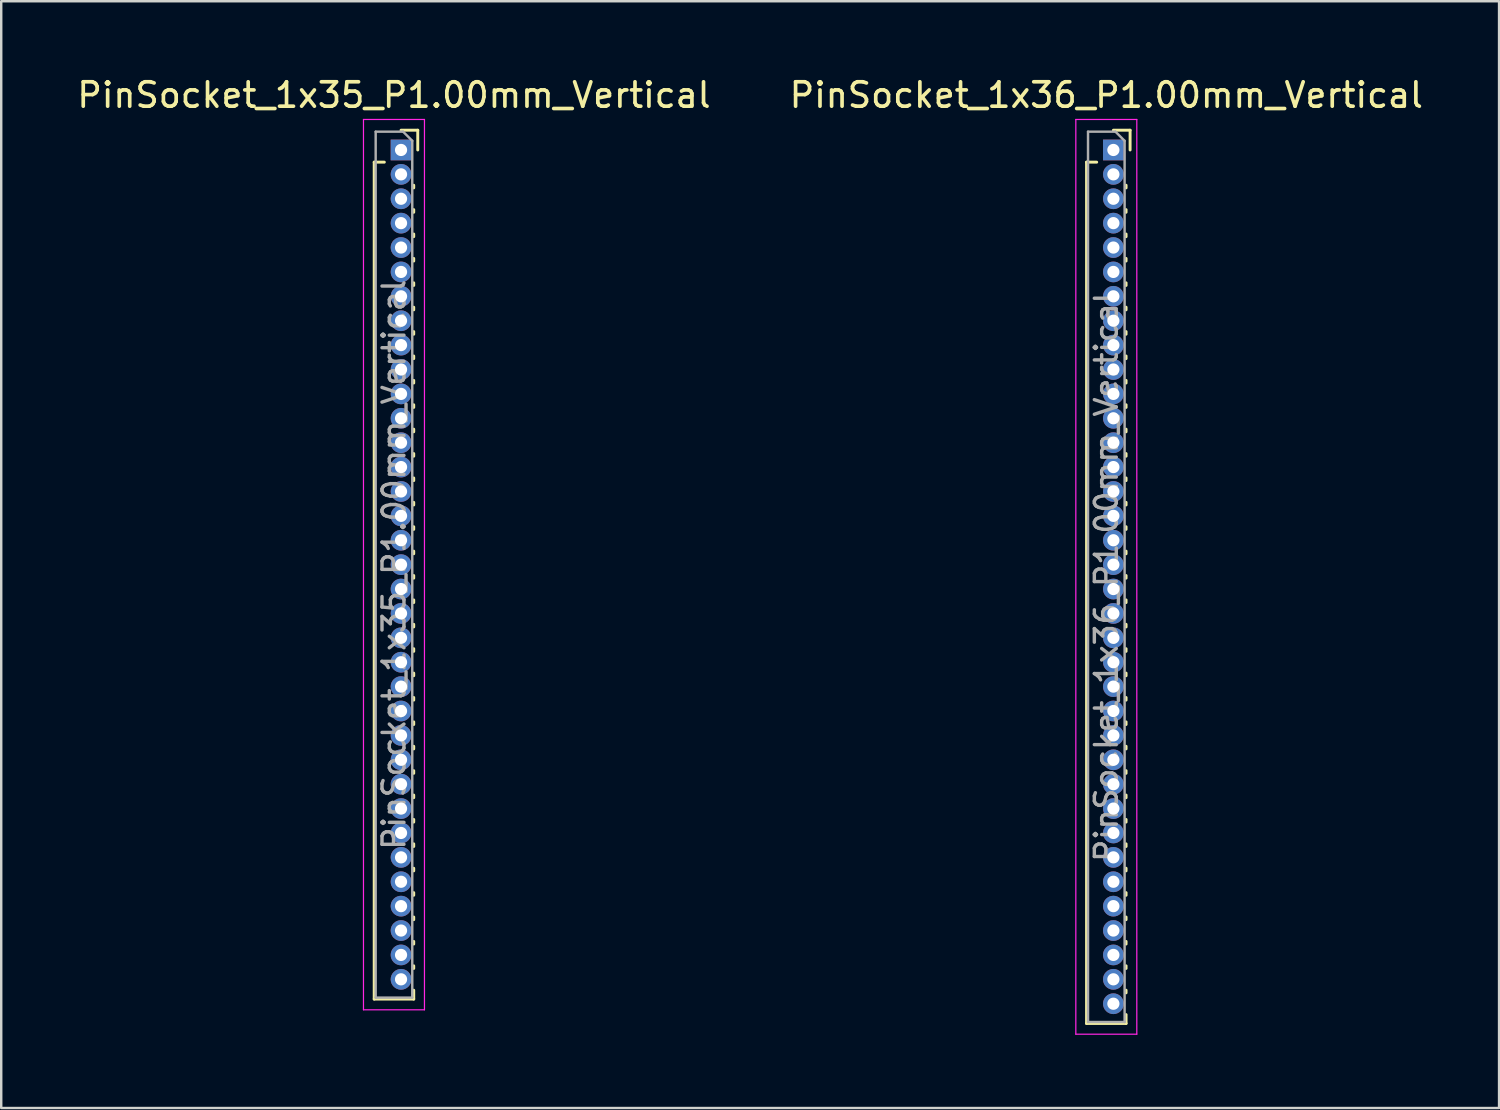
<source format=kicad_pcb>
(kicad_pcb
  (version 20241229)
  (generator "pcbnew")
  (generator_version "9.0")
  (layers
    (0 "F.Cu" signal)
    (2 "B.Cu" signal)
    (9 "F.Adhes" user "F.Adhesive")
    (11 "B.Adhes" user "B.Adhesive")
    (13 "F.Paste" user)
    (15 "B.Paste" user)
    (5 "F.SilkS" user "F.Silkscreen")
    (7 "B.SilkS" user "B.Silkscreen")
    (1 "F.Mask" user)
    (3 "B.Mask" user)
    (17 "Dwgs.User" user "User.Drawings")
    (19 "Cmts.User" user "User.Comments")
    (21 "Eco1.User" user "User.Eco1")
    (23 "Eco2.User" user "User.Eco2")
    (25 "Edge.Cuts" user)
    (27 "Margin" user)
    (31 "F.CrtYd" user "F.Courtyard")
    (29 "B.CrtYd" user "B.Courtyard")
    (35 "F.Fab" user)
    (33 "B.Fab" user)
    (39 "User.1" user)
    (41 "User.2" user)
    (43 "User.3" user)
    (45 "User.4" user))
  (footprint "PinSocket_1x36_P1.00mm_Vertical"
    (layer "F.Cu")
    (at 42.594 3.098)
    (property "Reference" "PinSocket_1x36_P1.00mm_Vertical" (at -0.29 -2.25 0) (layer "F.SilkS") (effects (font (size 1 1) (thickness 0.15))))
    (attr through_hole)
    (fp_line (start -1.1 0.5) (end -1.1 35.81) (stroke (width 0.12) (type solid)) (layer "F.SilkS"))
    (fp_line (start -1.1 0.5) (end -0.685 0.5) (stroke (width 0.12) (type solid)) (layer "F.SilkS"))
    (fp_line (start -1.1 35.81) (end 0.52 35.81) (stroke (width 0.12) (type solid)) (layer "F.SilkS"))
    (fp_line (start 0 -0.81) (end 0.685 -0.81) (stroke (width 0.12) (type solid)) (layer "F.SilkS"))
    (fp_line (start 0.52 1.446) (end 0.52 1.554) (stroke (width 0.12) (type solid)) (layer "F.SilkS"))
    (fp_line (start 0.52 2.446) (end 0.52 2.554) (stroke (width 0.12) (type solid)) (layer "F.SilkS"))
    (fp_line (start 0.52 3.446) (end 0.52 3.554) (stroke (width 0.12) (type solid)) (layer "F.SilkS"))
    (fp_line (start 0.52 4.446) (end 0.52 4.554) (stroke (width 0.12) (type solid)) (layer "F.SilkS"))
    (fp_line (start 0.52 5.446) (end 0.52 5.554) (stroke (width 0.12) (type solid)) (layer "F.SilkS"))
    (fp_line (start 0.52 6.446) (end 0.52 6.554) (stroke (width 0.12) (type solid)) (layer "F.SilkS"))
    (fp_line (start 0.52 7.446) (end 0.52 7.554) (stroke (width 0.12) (type solid)) (layer "F.SilkS"))
    (fp_line (start 0.52 8.446) (end 0.52 8.554) (stroke (width 0.12) (type solid)) (layer "F.SilkS"))
    (fp_line (start 0.52 9.446) (end 0.52 9.554) (stroke (width 0.12) (type solid)) (layer "F.SilkS"))
    (fp_line (start 0.52 10.446) (end 0.52 10.554) (stroke (width 0.12) (type solid)) (layer "F.SilkS"))
    (fp_line (start 0.52 11.446) (end 0.52 11.554) (stroke (width 0.12) (type solid)) (layer "F.SilkS"))
    (fp_line (start 0.52 12.446) (end 0.52 12.554) (stroke (width 0.12) (type solid)) (layer "F.SilkS"))
    (fp_line (start 0.52 13.446) (end 0.52 13.554) (stroke (width 0.12) (type solid)) (layer "F.SilkS"))
    (fp_line (start 0.52 14.446) (end 0.52 14.554) (stroke (width 0.12) (type solid)) (layer "F.SilkS"))
    (fp_line (start 0.52 15.446) (end 0.52 15.554) (stroke (width 0.12) (type solid)) (layer "F.SilkS"))
    (fp_line (start 0.52 16.446) (end 0.52 16.554) (stroke (width 0.12) (type solid)) (layer "F.SilkS"))
    (fp_line (start 0.52 17.446) (end 0.52 17.554) (stroke (width 0.12) (type solid)) (layer "F.SilkS"))
    (fp_line (start 0.52 18.446) (end 0.52 18.554) (stroke (width 0.12) (type solid)) (layer "F.SilkS"))
    (fp_line (start 0.52 19.446) (end 0.52 19.554) (stroke (width 0.12) (type solid)) (layer "F.SilkS"))
    (fp_line (start 0.52 20.446) (end 0.52 20.554) (stroke (width 0.12) (type solid)) (layer "F.SilkS"))
    (fp_line (start 0.52 21.446) (end 0.52 21.554) (stroke (width 0.12) (type solid)) (layer "F.SilkS"))
    (fp_line (start 0.52 22.446) (end 0.52 22.554) (stroke (width 0.12) (type solid)) (layer "F.SilkS"))
    (fp_line (start 0.52 23.446) (end 0.52 23.554) (stroke (width 0.12) (type solid)) (layer "F.SilkS"))
    (fp_line (start 0.52 24.446) (end 0.52 24.554) (stroke (width 0.12) (type solid)) (layer "F.SilkS"))
    (fp_line (start 0.52 25.446) (end 0.52 25.554) (stroke (width 0.12) (type solid)) (layer "F.SilkS"))
    (fp_line (start 0.52 26.446) (end 0.52 26.554) (stroke (width 0.12) (type solid)) (layer "F.SilkS"))
    (fp_line (start 0.52 27.446) (end 0.52 27.554) (stroke (width 0.12) (type solid)) (layer "F.SilkS"))
    (fp_line (start 0.52 28.446) (end 0.52 28.554) (stroke (width 0.12) (type solid)) (layer "F.SilkS"))
    (fp_line (start 0.52 29.446) (end 0.52 29.554) (stroke (width 0.12) (type solid)) (layer "F.SilkS"))
    (fp_line (start 0.52 30.446) (end 0.52 30.554) (stroke (width 0.12) (type solid)) (layer "F.SilkS"))
    (fp_line (start 0.52 31.446) (end 0.52 31.554) (stroke (width 0.12) (type solid)) (layer "F.SilkS"))
    (fp_line (start 0.52 32.446) (end 0.52 32.554) (stroke (width 0.12) (type solid)) (layer "F.SilkS"))
    (fp_line (start 0.52 33.446) (end 0.52 33.554) (stroke (width 0.12) (type solid)) (layer "F.SilkS"))
    (fp_line (start 0.52 34.446) (end 0.52 34.554) (stroke (width 0.12) (type solid)) (layer "F.SilkS"))
    (fp_line (start 0.52 35.446) (end 0.52 35.81) (stroke (width 0.12) (type solid)) (layer "F.SilkS"))
    (fp_line (start 0.685 -0.81) (end 0.685 0) (stroke (width 0.12) (type solid)) (layer "F.SilkS"))
    (fp_line (start -1.54 -1.25) (end 0.96 -1.25) (stroke (width 0.05) (type solid)) (layer "F.CrtYd"))
    (fp_line (start -1.54 36.25) (end -1.54 -1.25) (stroke (width 0.05) (type solid)) (layer "F.CrtYd"))
    (fp_line (start 0.96 -1.25) (end 0.96 36.25) (stroke (width 0.05) (type solid)) (layer "F.CrtYd"))
    (fp_line (start 0.96 36.25) (end -1.54 36.25) (stroke (width 0.05) (type solid)) (layer "F.CrtYd"))
    (fp_line (start -1.04 -0.75) (end 0.085 -0.75) (stroke (width 0.1) (type solid)) (layer "F.Fab"))
    (fp_line (start -1.04 35.75) (end -1.04 -0.75) (stroke (width 0.1) (type solid)) (layer "F.Fab"))
    (fp_line (start 0.085 -0.75) (end 0.46 -0.375) (stroke (width 0.1) (type solid)) (layer "F.Fab"))
    (fp_line (start 0.46 -0.375) (end 0.46 35.75) (stroke (width 0.1) (type solid)) (layer "F.Fab"))
    (fp_line (start 0.46 35.75) (end -1.04 35.75) (stroke (width 0.1) (type solid)) (layer "F.Fab"))
    (fp_text user "${REFERENCE}" (at -0.29 17.5 90) (layer "F.Fab") (effects (font (size 0.9 0.9) (thickness 0.14))))
    (pad "1" thru_hole rect (at 0 0) (size 0.85 0.85) (drill 0.5) (layers "*.Cu" "*.Mask"))
    (pad "2" thru_hole oval (at 0 1) (size 0.85 0.85) (drill 0.5) (layers "*.Cu" "*.Mask"))
    (pad "3" thru_hole oval (at 0 2) (size 0.85 0.85) (drill 0.5) (layers "*.Cu" "*.Mask"))
    (pad "4" thru_hole oval (at 0 3) (size 0.85 0.85) (drill 0.5) (layers "*.Cu" "*.Mask"))
    (pad "5" thru_hole oval (at 0 4) (size 0.85 0.85) (drill 0.5) (layers "*.Cu" "*.Mask"))
    (pad "6" thru_hole oval (at 0 5) (size 0.85 0.85) (drill 0.5) (layers "*.Cu" "*.Mask"))
    (pad "7" thru_hole oval (at 0 6) (size 0.85 0.85) (drill 0.5) (layers "*.Cu" "*.Mask"))
    (pad "8" thru_hole oval (at 0 7) (size 0.85 0.85) (drill 0.5) (layers "*.Cu" "*.Mask"))
    (pad "9" thru_hole oval (at 0 8) (size 0.85 0.85) (drill 0.5) (layers "*.Cu" "*.Mask"))
    (pad "10" thru_hole oval (at 0 9) (size 0.85 0.85) (drill 0.5) (layers "*.Cu" "*.Mask"))
    (pad "11" thru_hole oval (at 0 10) (size 0.85 0.85) (drill 0.5) (layers "*.Cu" "*.Mask"))
    (pad "12" thru_hole oval (at 0 11) (size 0.85 0.85) (drill 0.5) (layers "*.Cu" "*.Mask"))
    (pad "13" thru_hole oval (at 0 12) (size 0.85 0.85) (drill 0.5) (layers "*.Cu" "*.Mask"))
    (pad "14" thru_hole oval (at 0 13) (size 0.85 0.85) (drill 0.5) (layers "*.Cu" "*.Mask"))
    (pad "15" thru_hole oval (at 0 14) (size 0.85 0.85) (drill 0.5) (layers "*.Cu" "*.Mask"))
    (pad "16" thru_hole oval (at 0 15) (size 0.85 0.85) (drill 0.5) (layers "*.Cu" "*.Mask"))
    (pad "17" thru_hole oval (at 0 16) (size 0.85 0.85) (drill 0.5) (layers "*.Cu" "*.Mask"))
    (pad "18" thru_hole oval (at 0 17) (size 0.85 0.85) (drill 0.5) (layers "*.Cu" "*.Mask"))
    (pad "19" thru_hole oval (at 0 18) (size 0.85 0.85) (drill 0.5) (layers "*.Cu" "*.Mask"))
    (pad "20" thru_hole oval (at 0 19) (size 0.85 0.85) (drill 0.5) (layers "*.Cu" "*.Mask"))
    (pad "21" thru_hole oval (at 0 20) (size 0.85 0.85) (drill 0.5) (layers "*.Cu" "*.Mask"))
    (pad "22" thru_hole oval (at 0 21) (size 0.85 0.85) (drill 0.5) (layers "*.Cu" "*.Mask"))
    (pad "23" thru_hole oval (at 0 22) (size 0.85 0.85) (drill 0.5) (layers "*.Cu" "*.Mask"))
    (pad "24" thru_hole oval (at 0 23) (size 0.85 0.85) (drill 0.5) (layers "*.Cu" "*.Mask"))
    (pad "25" thru_hole oval (at 0 24) (size 0.85 0.85) (drill 0.5) (layers "*.Cu" "*.Mask"))
    (pad "26" thru_hole oval (at 0 25) (size 0.85 0.85) (drill 0.5) (layers "*.Cu" "*.Mask"))
    (pad "27" thru_hole oval (at 0 26) (size 0.85 0.85) (drill 0.5) (layers "*.Cu" "*.Mask"))
    (pad "28" thru_hole oval (at 0 27) (size 0.85 0.85) (drill 0.5) (layers "*.Cu" "*.Mask"))
    (pad "29" thru_hole oval (at 0 28) (size 0.85 0.85) (drill 0.5) (layers "*.Cu" "*.Mask"))
    (pad "30" thru_hole oval (at 0 29) (size 0.85 0.85) (drill 0.5) (layers "*.Cu" "*.Mask"))
    (pad "31" thru_hole oval (at 0 30) (size 0.85 0.85) (drill 0.5) (layers "*.Cu" "*.Mask"))
    (pad "32" thru_hole oval (at 0 31) (size 0.85 0.85) (drill 0.5) (layers "*.Cu" "*.Mask"))
    (pad "33" thru_hole oval (at 0 32) (size 0.85 0.85) (drill 0.5) (layers "*.Cu" "*.Mask"))
    (pad "34" thru_hole oval (at 0 33) (size 0.85 0.85) (drill 0.5) (layers "*.Cu" "*.Mask"))
    (pad "35" thru_hole oval (at 0 34) (size 0.85 0.85) (drill 0.5) (layers "*.Cu" "*.Mask"))
    (pad "36" thru_hole oval (at 0 35) (size 0.85 0.85) (drill 0.5) (layers "*.Cu" "*.Mask")))
  (footprint "PinSocket_1x35_P1.00mm_Vertical"
    (layer "F.Cu")
    (at 13.391 3.098)
    (property "Reference" "PinSocket_1x35_P1.00mm_Vertical" (at -0.29 -2.25 0) (layer "F.SilkS") (effects (font (size 1 1) (thickness 0.15))))
    (attr through_hole)
    (fp_line (start -1.1 0.5) (end -1.1 34.81) (stroke (width 0.12) (type solid)) (layer "F.SilkS"))
    (fp_line (start -1.1 0.5) (end -0.685 0.5) (stroke (width 0.12) (type solid)) (layer "F.SilkS"))
    (fp_line (start -1.1 34.81) (end 0.52 34.81) (stroke (width 0.12) (type solid)) (layer "F.SilkS"))
    (fp_line (start 0 -0.81) (end 0.685 -0.81) (stroke (width 0.12) (type solid)) (layer "F.SilkS"))
    (fp_line (start 0.52 1.446) (end 0.52 1.554) (stroke (width 0.12) (type solid)) (layer "F.SilkS"))
    (fp_line (start 0.52 2.446) (end 0.52 2.554) (stroke (width 0.12) (type solid)) (layer "F.SilkS"))
    (fp_line (start 0.52 3.446) (end 0.52 3.554) (stroke (width 0.12) (type solid)) (layer "F.SilkS"))
    (fp_line (start 0.52 4.446) (end 0.52 4.554) (stroke (width 0.12) (type solid)) (layer "F.SilkS"))
    (fp_line (start 0.52 5.446) (end 0.52 5.554) (stroke (width 0.12) (type solid)) (layer "F.SilkS"))
    (fp_line (start 0.52 6.446) (end 0.52 6.554) (stroke (width 0.12) (type solid)) (layer "F.SilkS"))
    (fp_line (start 0.52 7.446) (end 0.52 7.554) (stroke (width 0.12) (type solid)) (layer "F.SilkS"))
    (fp_line (start 0.52 8.446) (end 0.52 8.554) (stroke (width 0.12) (type solid)) (layer "F.SilkS"))
    (fp_line (start 0.52 9.446) (end 0.52 9.554) (stroke (width 0.12) (type solid)) (layer "F.SilkS"))
    (fp_line (start 0.52 10.446) (end 0.52 10.554) (stroke (width 0.12) (type solid)) (layer "F.SilkS"))
    (fp_line (start 0.52 11.446) (end 0.52 11.554) (stroke (width 0.12) (type solid)) (layer "F.SilkS"))
    (fp_line (start 0.52 12.446) (end 0.52 12.554) (stroke (width 0.12) (type solid)) (layer "F.SilkS"))
    (fp_line (start 0.52 13.446) (end 0.52 13.554) (stroke (width 0.12) (type solid)) (layer "F.SilkS"))
    (fp_line (start 0.52 14.446) (end 0.52 14.554) (stroke (width 0.12) (type solid)) (layer "F.SilkS"))
    (fp_line (start 0.52 15.446) (end 0.52 15.554) (stroke (width 0.12) (type solid)) (layer "F.SilkS"))
    (fp_line (start 0.52 16.446) (end 0.52 16.554) (stroke (width 0.12) (type solid)) (layer "F.SilkS"))
    (fp_line (start 0.52 17.446) (end 0.52 17.554) (stroke (width 0.12) (type solid)) (layer "F.SilkS"))
    (fp_line (start 0.52 18.446) (end 0.52 18.554) (stroke (width 0.12) (type solid)) (layer "F.SilkS"))
    (fp_line (start 0.52 19.446) (end 0.52 19.554) (stroke (width 0.12) (type solid)) (layer "F.SilkS"))
    (fp_line (start 0.52 20.446) (end 0.52 20.554) (stroke (width 0.12) (type solid)) (layer "F.SilkS"))
    (fp_line (start 0.52 21.446) (end 0.52 21.554) (stroke (width 0.12) (type solid)) (layer "F.SilkS"))
    (fp_line (start 0.52 22.446) (end 0.52 22.554) (stroke (width 0.12) (type solid)) (layer "F.SilkS"))
    (fp_line (start 0.52 23.446) (end 0.52 23.554) (stroke (width 0.12) (type solid)) (layer "F.SilkS"))
    (fp_line (start 0.52 24.446) (end 0.52 24.554) (stroke (width 0.12) (type solid)) (layer "F.SilkS"))
    (fp_line (start 0.52 25.446) (end 0.52 25.554) (stroke (width 0.12) (type solid)) (layer "F.SilkS"))
    (fp_line (start 0.52 26.446) (end 0.52 26.554) (stroke (width 0.12) (type solid)) (layer "F.SilkS"))
    (fp_line (start 0.52 27.446) (end 0.52 27.554) (stroke (width 0.12) (type solid)) (layer "F.SilkS"))
    (fp_line (start 0.52 28.446) (end 0.52 28.554) (stroke (width 0.12) (type solid)) (layer "F.SilkS"))
    (fp_line (start 0.52 29.446) (end 0.52 29.554) (stroke (width 0.12) (type solid)) (layer "F.SilkS"))
    (fp_line (start 0.52 30.446) (end 0.52 30.554) (stroke (width 0.12) (type solid)) (layer "F.SilkS"))
    (fp_line (start 0.52 31.446) (end 0.52 31.554) (stroke (width 0.12) (type solid)) (layer "F.SilkS"))
    (fp_line (start 0.52 32.446) (end 0.52 32.554) (stroke (width 0.12) (type solid)) (layer "F.SilkS"))
    (fp_line (start 0.52 33.446) (end 0.52 33.554) (stroke (width 0.12) (type solid)) (layer "F.SilkS"))
    (fp_line (start 0.52 34.446) (end 0.52 34.81) (stroke (width 0.12) (type solid)) (layer "F.SilkS"))
    (fp_line (start 0.685 -0.81) (end 0.685 0) (stroke (width 0.12) (type solid)) (layer "F.SilkS"))
    (fp_line (start -1.54 -1.25) (end 0.96 -1.25) (stroke (width 0.05) (type solid)) (layer "F.CrtYd"))
    (fp_line (start -1.54 35.25) (end -1.54 -1.25) (stroke (width 0.05) (type solid)) (layer "F.CrtYd"))
    (fp_line (start 0.96 -1.25) (end 0.96 35.25) (stroke (width 0.05) (type solid)) (layer "F.CrtYd"))
    (fp_line (start 0.96 35.25) (end -1.54 35.25) (stroke (width 0.05) (type solid)) (layer "F.CrtYd"))
    (fp_line (start -1.04 -0.75) (end 0.085 -0.75) (stroke (width 0.1) (type solid)) (layer "F.Fab"))
    (fp_line (start -1.04 34.75) (end -1.04 -0.75) (stroke (width 0.1) (type solid)) (layer "F.Fab"))
    (fp_line (start 0.085 -0.75) (end 0.46 -0.375) (stroke (width 0.1) (type solid)) (layer "F.Fab"))
    (fp_line (start 0.46 -0.375) (end 0.46 34.75) (stroke (width 0.1) (type solid)) (layer "F.Fab"))
    (fp_line (start 0.46 34.75) (end -1.04 34.75) (stroke (width 0.1) (type solid)) (layer "F.Fab"))
    (fp_text user "${REFERENCE}" (at -0.29 17 90) (layer "F.Fab") (effects (font (size 0.9 0.9) (thickness 0.14))))
    (pad "1" thru_hole rect (at 0 0) (size 0.85 0.85) (drill 0.5) (layers "*.Cu" "*.Mask"))
    (pad "2" thru_hole oval (at 0 1) (size 0.85 0.85) (drill 0.5) (layers "*.Cu" "*.Mask"))
    (pad "3" thru_hole oval (at 0 2) (size 0.85 0.85) (drill 0.5) (layers "*.Cu" "*.Mask"))
    (pad "4" thru_hole oval (at 0 3) (size 0.85 0.85) (drill 0.5) (layers "*.Cu" "*.Mask"))
    (pad "5" thru_hole oval (at 0 4) (size 0.85 0.85) (drill 0.5) (layers "*.Cu" "*.Mask"))
    (pad "6" thru_hole oval (at 0 5) (size 0.85 0.85) (drill 0.5) (layers "*.Cu" "*.Mask"))
    (pad "7" thru_hole oval (at 0 6) (size 0.85 0.85) (drill 0.5) (layers "*.Cu" "*.Mask"))
    (pad "8" thru_hole oval (at 0 7) (size 0.85 0.85) (drill 0.5) (layers "*.Cu" "*.Mask"))
    (pad "9" thru_hole oval (at 0 8) (size 0.85 0.85) (drill 0.5) (layers "*.Cu" "*.Mask"))
    (pad "10" thru_hole oval (at 0 9) (size 0.85 0.85) (drill 0.5) (layers "*.Cu" "*.Mask"))
    (pad "11" thru_hole oval (at 0 10) (size 0.85 0.85) (drill 0.5) (layers "*.Cu" "*.Mask"))
    (pad "12" thru_hole oval (at 0 11) (size 0.85 0.85) (drill 0.5) (layers "*.Cu" "*.Mask"))
    (pad "13" thru_hole oval (at 0 12) (size 0.85 0.85) (drill 0.5) (layers "*.Cu" "*.Mask"))
    (pad "14" thru_hole oval (at 0 13) (size 0.85 0.85) (drill 0.5) (layers "*.Cu" "*.Mask"))
    (pad "15" thru_hole oval (at 0 14) (size 0.85 0.85) (drill 0.5) (layers "*.Cu" "*.Mask"))
    (pad "16" thru_hole oval (at 0 15) (size 0.85 0.85) (drill 0.5) (layers "*.Cu" "*.Mask"))
    (pad "17" thru_hole oval (at 0 16) (size 0.85 0.85) (drill 0.5) (layers "*.Cu" "*.Mask"))
    (pad "18" thru_hole oval (at 0 17) (size 0.85 0.85) (drill 0.5) (layers "*.Cu" "*.Mask"))
    (pad "19" thru_hole oval (at 0 18) (size 0.85 0.85) (drill 0.5) (layers "*.Cu" "*.Mask"))
    (pad "20" thru_hole oval (at 0 19) (size 0.85 0.85) (drill 0.5) (layers "*.Cu" "*.Mask"))
    (pad "21" thru_hole oval (at 0 20) (size 0.85 0.85) (drill 0.5) (layers "*.Cu" "*.Mask"))
    (pad "22" thru_hole oval (at 0 21) (size 0.85 0.85) (drill 0.5) (layers "*.Cu" "*.Mask"))
    (pad "23" thru_hole oval (at 0 22) (size 0.85 0.85) (drill 0.5) (layers "*.Cu" "*.Mask"))
    (pad "24" thru_hole oval (at 0 23) (size 0.85 0.85) (drill 0.5) (layers "*.Cu" "*.Mask"))
    (pad "25" thru_hole oval (at 0 24) (size 0.85 0.85) (drill 0.5) (layers "*.Cu" "*.Mask"))
    (pad "26" thru_hole oval (at 0 25) (size 0.85 0.85) (drill 0.5) (layers "*.Cu" "*.Mask"))
    (pad "27" thru_hole oval (at 0 26) (size 0.85 0.85) (drill 0.5) (layers "*.Cu" "*.Mask"))
    (pad "28" thru_hole oval (at 0 27) (size 0.85 0.85) (drill 0.5) (layers "*.Cu" "*.Mask"))
    (pad "29" thru_hole oval (at 0 28) (size 0.85 0.85) (drill 0.5) (layers "*.Cu" "*.Mask"))
    (pad "30" thru_hole oval (at 0 29) (size 0.85 0.85) (drill 0.5) (layers "*.Cu" "*.Mask"))
    (pad "31" thru_hole oval (at 0 30) (size 0.85 0.85) (drill 0.5) (layers "*.Cu" "*.Mask"))
    (pad "32" thru_hole oval (at 0 31) (size 0.85 0.85) (drill 0.5) (layers "*.Cu" "*.Mask"))
    (pad "33" thru_hole oval (at 0 32) (size 0.85 0.85) (drill 0.5) (layers "*.Cu" "*.Mask"))
    (pad "34" thru_hole oval (at 0 33) (size 0.85 0.85) (drill 0.5) (layers "*.Cu" "*.Mask"))
    (pad "35" thru_hole oval (at 0 34) (size 0.85 0.85) (drill 0.5) (layers "*.Cu" "*.Mask")))
  (gr_rect
    (start -3 -3)
    (end 58.405 42.373)
    (stroke (width 0.1) (type default))
    (fill no)
    (layer "Edge.Cuts")))
</source>
